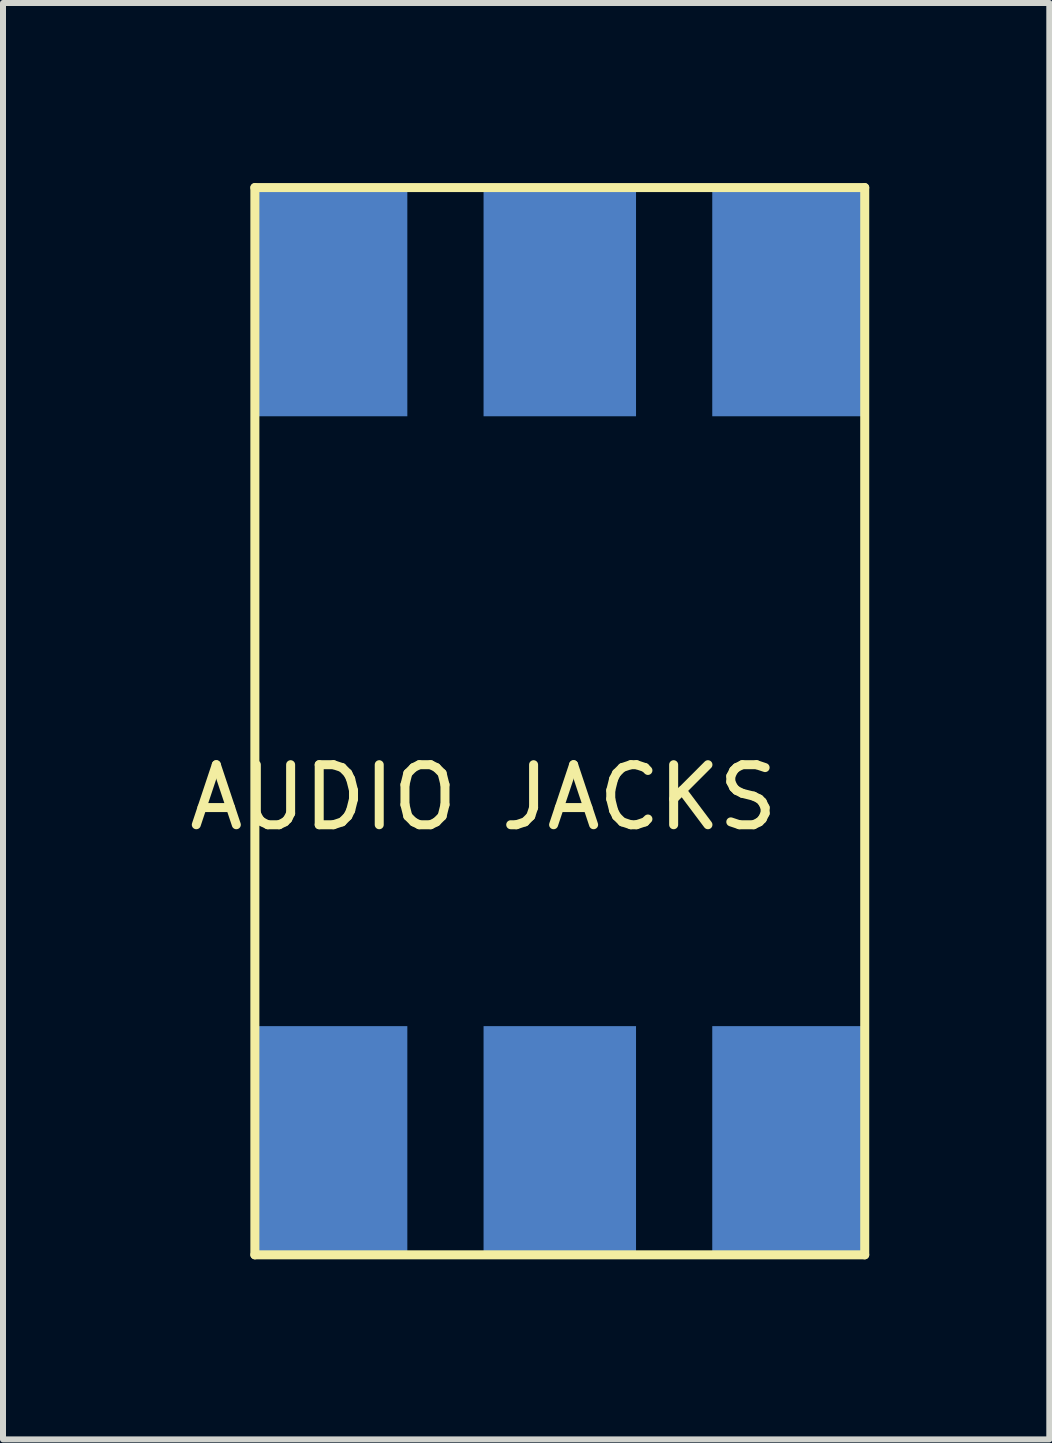
<source format=kicad_pcb>
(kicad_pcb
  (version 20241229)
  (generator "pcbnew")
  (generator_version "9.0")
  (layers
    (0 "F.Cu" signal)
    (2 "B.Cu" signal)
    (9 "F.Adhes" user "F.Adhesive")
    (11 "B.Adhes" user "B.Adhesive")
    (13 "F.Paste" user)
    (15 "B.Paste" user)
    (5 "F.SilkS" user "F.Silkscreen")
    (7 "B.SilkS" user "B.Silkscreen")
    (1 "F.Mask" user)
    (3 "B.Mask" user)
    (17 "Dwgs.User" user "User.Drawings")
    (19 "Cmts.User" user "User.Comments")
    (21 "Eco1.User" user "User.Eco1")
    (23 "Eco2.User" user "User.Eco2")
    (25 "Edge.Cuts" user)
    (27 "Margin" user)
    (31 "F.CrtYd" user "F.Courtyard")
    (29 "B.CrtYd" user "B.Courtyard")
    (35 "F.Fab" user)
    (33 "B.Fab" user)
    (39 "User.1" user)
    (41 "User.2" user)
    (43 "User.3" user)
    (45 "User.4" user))
  (footprint "AUDIO JACKS"
    (layer "F.Cu")
    (at 5.006 8.965)
    (property "Reference" "AUDIO JACKS" (at 0 1.27 0) (layer "F.SilkS") (effects (font (size 1 1) (thickness 0.15))))
    (attr through_hole)
    (fp_line (start -3.81 -8.89) (end 6.35 -8.89) (stroke (width 0.15) (type solid)) (layer "F.SilkS"))
    (fp_line (start -3.81 8.89) (end -3.81 -8.89) (stroke (width 0.15) (type solid)) (layer "F.SilkS"))
    (fp_line (start 6.35 -8.89) (end 6.35 8.89) (stroke (width 0.15) (type solid)) (layer "F.SilkS"))
    (fp_line (start 6.35 8.89) (end -3.81 8.89) (stroke (width 0.15) (type solid)) (layer "F.SilkS"))
    (pad "1" smd rect (at -2.54 6.985) (size 2.54 3.81) (layers "F.Mask" "B.Cu" "F.Paste"))
    (pad "2" smd rect (at 1.27 6.985) (size 2.54 3.81) (layers "F.Mask" "B.Cu" "F.Paste"))
    (pad "3" smd rect (at 5.08 6.985) (size 2.54 3.81) (layers "F.Mask" "B.Cu" "F.Paste"))
    (pad "4" smd rect (at 5.08 -6.985) (size 2.54 3.81) (layers "F.Mask" "B.Cu" "F.Paste"))
    (pad "5" smd rect (at 1.27 -6.985) (size 2.54 3.81) (layers "F.Mask" "B.Cu" "F.Paste"))
    (pad "6" smd rect (at -2.54 -6.985) (size 2.54 3.81) (layers "F.Mask" "B.Cu" "F.Paste")))
  (gr_rect
    (start -3 -3)
    (end 14.431 20.93)
    (stroke (width 0.1) (type default))
    (fill no)
    (layer "Edge.Cuts")))
</source>
